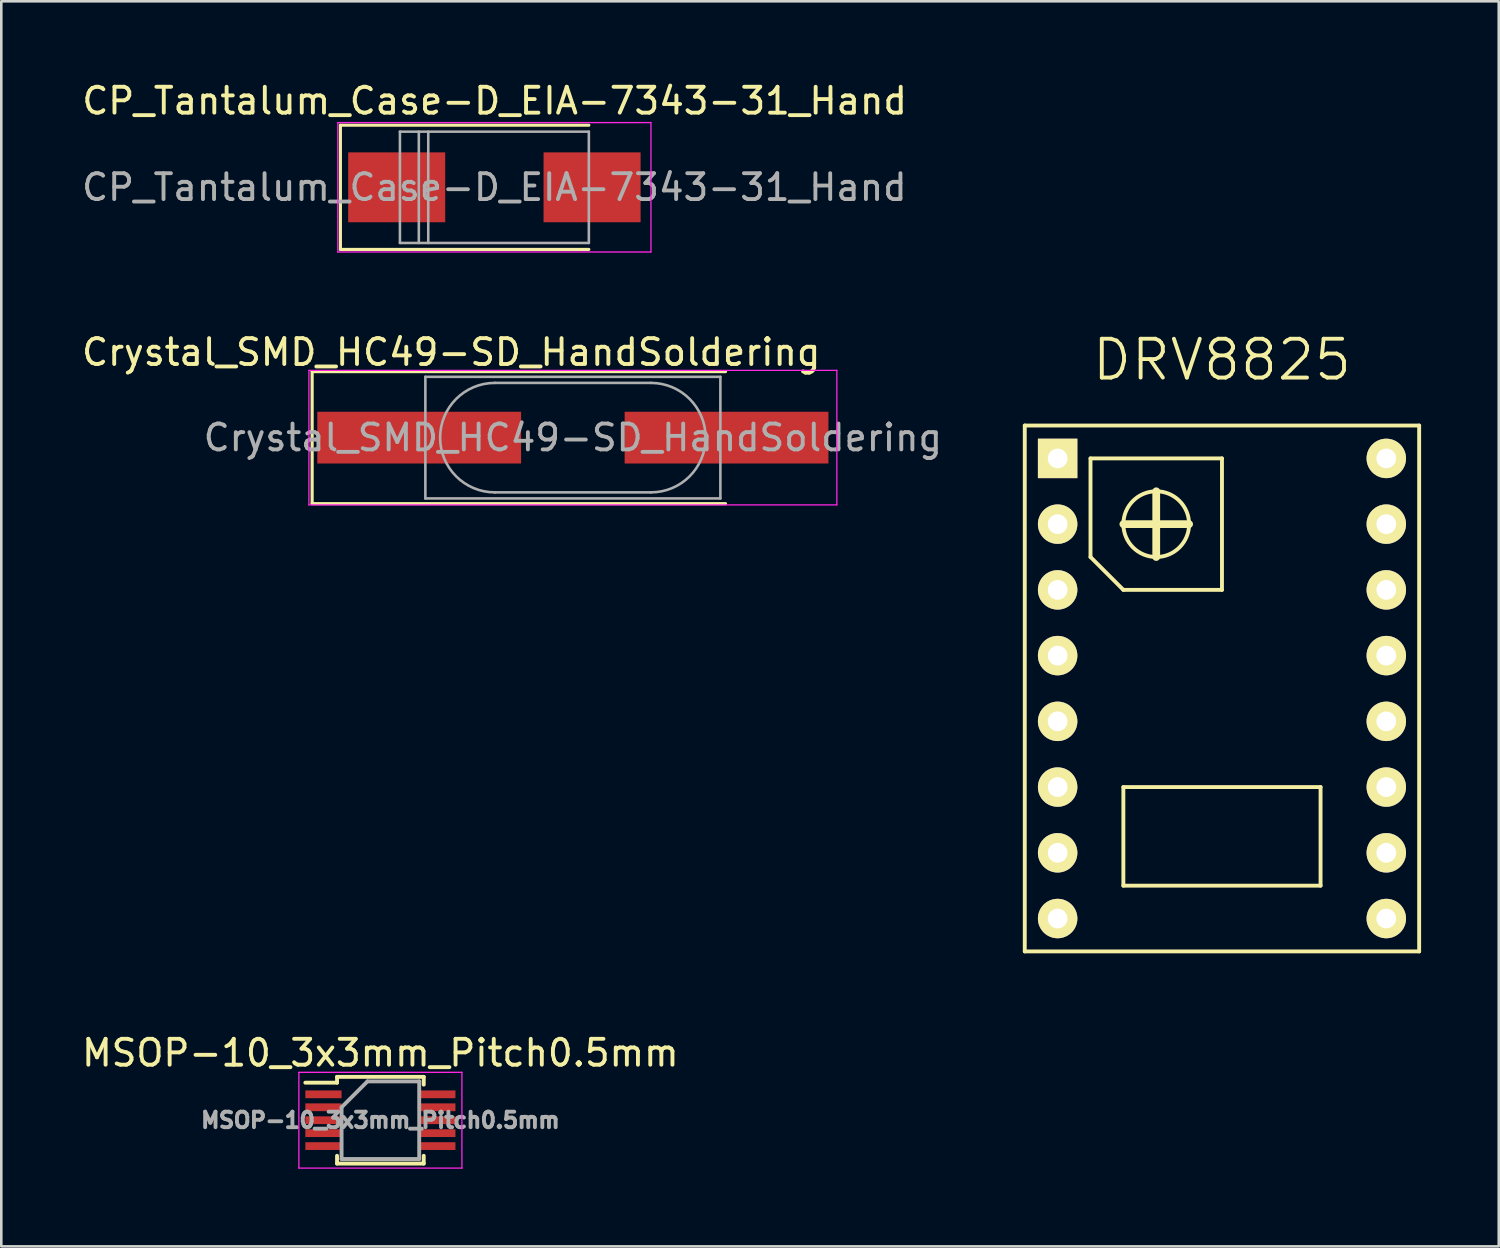
<source format=kicad_pcb>
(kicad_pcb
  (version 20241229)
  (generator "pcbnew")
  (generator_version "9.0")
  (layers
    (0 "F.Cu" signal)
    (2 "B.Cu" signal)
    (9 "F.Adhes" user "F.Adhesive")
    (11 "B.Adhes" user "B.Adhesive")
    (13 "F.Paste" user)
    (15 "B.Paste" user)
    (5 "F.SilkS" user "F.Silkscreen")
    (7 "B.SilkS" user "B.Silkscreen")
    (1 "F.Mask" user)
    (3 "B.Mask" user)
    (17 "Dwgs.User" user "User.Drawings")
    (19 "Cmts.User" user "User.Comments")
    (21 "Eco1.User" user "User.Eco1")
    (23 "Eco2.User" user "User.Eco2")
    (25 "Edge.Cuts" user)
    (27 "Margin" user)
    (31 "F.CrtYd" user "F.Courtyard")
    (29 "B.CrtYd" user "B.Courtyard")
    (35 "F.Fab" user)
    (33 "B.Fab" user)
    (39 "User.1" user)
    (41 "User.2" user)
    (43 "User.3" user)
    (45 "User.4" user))
  (footprint "MSOP-10_3x3mm_Pitch0.5mm"
    (layer "F.Cu")
    (at 11.649 40.237)
    (property "Reference" "MSOP-10_3x3mm_Pitch0.5mm" (at 0 -2.6 0) (layer "F.SilkS") (effects (font (size 1 1) (thickness 0.15))))
    (attr smd)
    (fp_line (start -1.675 -1.675) (end -1.675 -1.45) (stroke (width 0.15) (type solid)) (layer "F.SilkS"))
    (fp_line (start -1.675 -1.675) (end 1.675 -1.675) (stroke (width 0.15) (type solid)) (layer "F.SilkS"))
    (fp_line (start -1.675 -1.45) (end -2.9 -1.45) (stroke (width 0.15) (type solid)) (layer "F.SilkS"))
    (fp_line (start -1.675 1.675) (end -1.675 1.375) (stroke (width 0.15) (type solid)) (layer "F.SilkS"))
    (fp_line (start -1.675 1.675) (end 1.675 1.675) (stroke (width 0.15) (type solid)) (layer "F.SilkS"))
    (fp_line (start 1.675 -1.675) (end 1.675 -1.375) (stroke (width 0.15) (type solid)) (layer "F.SilkS"))
    (fp_line (start 1.675 1.675) (end 1.675 1.375) (stroke (width 0.15) (type solid)) (layer "F.SilkS"))
    (fp_line (start -3.15 -1.85) (end -3.15 1.85) (stroke (width 0.05) (type solid)) (layer "F.CrtYd"))
    (fp_line (start -3.15 -1.85) (end 3.15 -1.85) (stroke (width 0.05) (type solid)) (layer "F.CrtYd"))
    (fp_line (start -3.15 1.85) (end 3.15 1.85) (stroke (width 0.05) (type solid)) (layer "F.CrtYd"))
    (fp_line (start 3.15 -1.85) (end 3.15 1.85) (stroke (width 0.05) (type solid)) (layer "F.CrtYd"))
    (fp_line (start -1.5 -0.5) (end -0.5 -1.5) (stroke (width 0.15) (type solid)) (layer "F.Fab"))
    (fp_line (start -1.5 1.5) (end -1.5 -0.5) (stroke (width 0.15) (type solid)) (layer "F.Fab"))
    (fp_line (start -0.5 -1.5) (end 1.5 -1.5) (stroke (width 0.15) (type solid)) (layer "F.Fab"))
    (fp_line (start 1.5 -1.5) (end 1.5 1.5) (stroke (width 0.15) (type solid)) (layer "F.Fab"))
    (fp_line (start 1.5 1.5) (end -1.5 1.5) (stroke (width 0.15) (type solid)) (layer "F.Fab"))
    (fp_text user "${REFERENCE}" (at 0 0 0) (layer "F.Fab") (effects (font (size 0.6 0.6) (thickness 0.15))))
    (pad "1" smd rect (at -2.2 -1) (size 1.4 0.3) (layers "F.Cu" "F.Mask" "F.Paste"))
    (pad "2" smd rect (at -2.2 -0.5) (size 1.4 0.3) (layers "F.Cu" "F.Mask" "F.Paste"))
    (pad "3" smd rect (at -2.2 0) (size 1.4 0.3) (layers "F.Cu" "F.Mask" "F.Paste"))
    (pad "4" smd rect (at -2.2 0.5) (size 1.4 0.3) (layers "F.Cu" "F.Mask" "F.Paste"))
    (pad "5" smd rect (at -2.2 1) (size 1.4 0.3) (layers "F.Cu" "F.Mask" "F.Paste"))
    (pad "6" smd rect (at 2.2 1) (size 1.4 0.3) (layers "F.Cu" "F.Mask" "F.Paste"))
    (pad "7" smd rect (at 2.2 0.5) (size 1.4 0.3) (layers "F.Cu" "F.Mask" "F.Paste"))
    (pad "8" smd rect (at 2.2 0) (size 1.4 0.3) (layers "F.Cu" "F.Mask" "F.Paste"))
    (pad "9" smd rect (at 2.2 -0.5) (size 1.4 0.3) (layers "F.Cu" "F.Mask" "F.Paste"))
    (pad "10" smd rect (at 2.2 -1) (size 1.4 0.3) (layers "F.Cu" "F.Mask" "F.Paste")))
  (footprint "CP_Tantalum_Case-D_EIA-7343-31_Hand"
    (layer "F.Cu")
    (at 16.054 4.188)
    (property "Reference" "CP_Tantalum_Case-D_EIA-7343-31_Hand" (at 0.01 -3.34 0) (layer "F.SilkS") (effects (font (size 1 1) (thickness 0.15))))
    (attr smd)
    (fp_line (start -5.95 -2.4) (end -5.95 2.4) (stroke (width 0.12) (type solid)) (layer "F.SilkS"))
    (fp_line (start -5.95 -2.4) (end 3.65 -2.4) (stroke (width 0.12) (type solid)) (layer "F.SilkS"))
    (fp_line (start -5.95 2.4) (end 3.65 2.4) (stroke (width 0.12) (type solid)) (layer "F.SilkS"))
    (fp_line (start -6.05 -2.5) (end -6.05 2.5) (stroke (width 0.05) (type solid)) (layer "F.CrtYd"))
    (fp_line (start -6.05 2.5) (end 6.05 2.5) (stroke (width 0.05) (type solid)) (layer "F.CrtYd"))
    (fp_line (start 6.05 -2.5) (end -6.05 -2.5) (stroke (width 0.05) (type solid)) (layer "F.CrtYd"))
    (fp_line (start 6.05 2.5) (end 6.05 -2.5) (stroke (width 0.05) (type solid)) (layer "F.CrtYd"))
    (fp_line (start -3.65 -2.15) (end -3.65 2.15) (stroke (width 0.1) (type solid)) (layer "F.Fab"))
    (fp_line (start -3.65 2.15) (end 3.65 2.15) (stroke (width 0.1) (type solid)) (layer "F.Fab"))
    (fp_line (start -2.92 -2.15) (end -2.92 2.15) (stroke (width 0.1) (type solid)) (layer "F.Fab"))
    (fp_line (start -2.555 -2.15) (end -2.555 2.15) (stroke (width 0.1) (type solid)) (layer "F.Fab"))
    (fp_line (start 3.65 -2.15) (end -3.65 -2.15) (stroke (width 0.1) (type solid)) (layer "F.Fab"))
    (fp_line (start 3.65 2.15) (end 3.65 -2.15) (stroke (width 0.1) (type solid)) (layer "F.Fab"))
    (fp_text user "${REFERENCE}" (at 0 0 0) (layer "F.Fab") (effects (font (size 1 1) (thickness 0.15))))
    (pad "1" smd rect (at -3.775 0) (size 3.75 2.7) (layers "F.Cu" "F.Mask" "F.Paste"))
    (pad "2" smd rect (at 3.775 0) (size 3.75 2.7) (layers "F.Cu" "F.Mask" "F.Paste")))
  (footprint "Crystal_SMD_HC49-SD_HandSoldering"
    (layer "F.Cu")
    (at 19.087 13.861)
    (property "Reference" "Crystal_SMD_HC49-SD_HandSoldering" (at -4.7 -3.3 0) (layer "F.SilkS") (effects (font (size 1 1) (thickness 0.15))))
    (attr smd)
    (fp_line (start -10.075 -2.55) (end -10.075 2.55) (stroke (width 0.12) (type solid)) (layer "F.SilkS"))
    (fp_line (start -10.075 2.55) (end 5.9 2.55) (stroke (width 0.12) (type solid)) (layer "F.SilkS"))
    (fp_line (start 5.9 -2.55) (end -10.075 -2.55) (stroke (width 0.12) (type solid)) (layer "F.SilkS"))
    (fp_line (start -10.2 -2.6) (end -10.2 2.6) (stroke (width 0.05) (type solid)) (layer "F.CrtYd"))
    (fp_line (start -10.2 2.6) (end 10.2 2.6) (stroke (width 0.05) (type solid)) (layer "F.CrtYd"))
    (fp_line (start 10.2 -2.6) (end -10.2 -2.6) (stroke (width 0.05) (type solid)) (layer "F.CrtYd"))
    (fp_line (start 10.2 2.6) (end 10.2 -2.6) (stroke (width 0.05) (type solid)) (layer "F.CrtYd"))
    (fp_line (start -5.7 -2.35) (end -5.7 2.35) (stroke (width 0.1) (type solid)) (layer "F.Fab"))
    (fp_line (start -5.7 2.35) (end 5.7 2.35) (stroke (width 0.1) (type solid)) (layer "F.Fab"))
    (fp_line (start -3.015 -2.115) (end 3.015 -2.115) (stroke (width 0.1) (type solid)) (layer "F.Fab"))
    (fp_line (start -3.015 2.115) (end 3.015 2.115) (stroke (width 0.1) (type solid)) (layer "F.Fab"))
    (fp_line (start 5.7 -2.35) (end -5.7 -2.35) (stroke (width 0.1) (type solid)) (layer "F.Fab"))
    (fp_line (start 5.7 2.35) (end 5.7 -2.35) (stroke (width 0.1) (type solid)) (layer "F.Fab"))
    (fp_arc (start -3.015 2.115) (mid -5.13 0) (end -3.015 -2.115) (stroke (width 0.1) (type solid)) (layer "F.Fab"))
    (fp_arc (start 3.015 -2.115) (mid 5.13 0) (end 3.015 2.115) (stroke (width 0.1) (type solid)) (layer "F.Fab"))
    (fp_text user "${REFERENCE}" (at 0 0 0) (layer "F.Fab") (effects (font (size 1 1) (thickness 0.15))))
    (pad "1" smd rect (at -5.938 0) (size 7.875 2) (layers "F.Cu" "F.Mask" "F.Paste"))
    (pad "2" smd rect (at 5.938 0) (size 7.875 2) (layers "F.Cu" "F.Mask" "F.Paste")))
  (footprint "DRV8825"
    (layer "F.Cu")
    (at 45.439 24.824)
    (property "Reference" "DRV8825" (at -1.27 -13.97 0) (layer "F.SilkS") (effects (font (size 1.5 1.5) (thickness 0.15))))
    (attr through_hole)
    (fp_line (start -8.89 -11.43) (end 6.35 -11.43) (stroke (width 0.15) (type solid)) (layer "F.SilkS"))
    (fp_line (start -8.89 8.89) (end -8.89 -11.43) (stroke (width 0.15) (type solid)) (layer "F.SilkS"))
    (fp_line (start -6.35 -10.16) (end -1.27 -10.16) (stroke (width 0.15) (type solid)) (layer "F.SilkS"))
    (fp_line (start -6.35 -6.35) (end -6.35 -10.16) (stroke (width 0.15) (type solid)) (layer "F.SilkS"))
    (fp_line (start -5.08 -7.62) (end -2.54 -7.62) (stroke (width 0.3) (type solid)) (layer "F.SilkS"))
    (fp_line (start -5.08 -5.08) (end -6.35 -6.35) (stroke (width 0.15) (type solid)) (layer "F.SilkS"))
    (fp_line (start -5.08 2.54) (end 2.54 2.54) (stroke (width 0.15) (type solid)) (layer "F.SilkS"))
    (fp_line (start -5.08 6.35) (end -5.08 2.54) (stroke (width 0.15) (type solid)) (layer "F.SilkS"))
    (fp_line (start -3.81 -8.89) (end -3.81 -6.35) (stroke (width 0.3) (type solid)) (layer "F.SilkS"))
    (fp_line (start -1.27 -10.16) (end -1.27 -5.08) (stroke (width 0.15) (type solid)) (layer "F.SilkS"))
    (fp_line (start -1.27 -5.08) (end -5.08 -5.08) (stroke (width 0.15) (type solid)) (layer "F.SilkS"))
    (fp_line (start 2.54 2.54) (end 2.54 6.35) (stroke (width 0.15) (type solid)) (layer "F.SilkS"))
    (fp_line (start 2.54 6.35) (end -5.08 6.35) (stroke (width 0.15) (type solid)) (layer "F.SilkS"))
    (fp_line (start 6.35 -11.43) (end 6.35 8.89) (stroke (width 0.15) (type solid)) (layer "F.SilkS"))
    (fp_line (start 6.35 8.89) (end -8.89 8.89) (stroke (width 0.15) (type solid)) (layer "F.SilkS"))
    (fp_circle (center -3.81 -7.62) (end -2.54 -7.62) (stroke (width 0.15) (type solid)) (fill no) (layer "F.SilkS"))
    (pad "1" thru_hole rect (at -7.62 -10.16) (size 1.524 1.524) (drill 0.762) (layers "*.Cu" "*.Mask" "F.SilkS"))
    (pad "2" thru_hole circle (at -7.62 -7.62) (size 1.524 1.524) (drill 0.762) (layers "*.Cu" "*.Mask" "F.SilkS"))
    (pad "3" thru_hole circle (at -7.62 -5.08) (size 1.524 1.524) (drill 0.762) (layers "*.Cu" "*.Mask" "F.SilkS"))
    (pad "4" thru_hole circle (at -7.62 -2.54) (size 1.524 1.524) (drill 0.762) (layers "*.Cu" "*.Mask" "F.SilkS"))
    (pad "5" thru_hole circle (at -7.62 0) (size 1.524 1.524) (drill 0.762) (layers "*.Cu" "*.Mask" "F.SilkS"))
    (pad "6" thru_hole circle (at -7.62 2.54) (size 1.524 1.524) (drill 0.762) (layers "*.Cu" "*.Mask" "F.SilkS"))
    (pad "7" thru_hole circle (at -7.62 5.08) (size 1.524 1.524) (drill 0.762) (layers "*.Cu" "*.Mask" "F.SilkS"))
    (pad "8" thru_hole circle (at -7.62 7.62) (size 1.524 1.524) (drill 0.762) (layers "*.Cu" "*.Mask" "F.SilkS"))
    (pad "9" thru_hole circle (at 5.08 7.62) (size 1.524 1.524) (drill 0.762) (layers "*.Cu" "*.Mask" "F.SilkS"))
    (pad "10" thru_hole circle (at 5.08 5.08) (size 1.524 1.524) (drill 0.762) (layers "*.Cu" "*.Mask" "F.SilkS"))
    (pad "11" thru_hole circle (at 5.08 2.54) (size 1.524 1.524) (drill 0.762) (layers "*.Cu" "*.Mask" "F.SilkS"))
    (pad "12" thru_hole circle (at 5.08 0) (size 1.524 1.524) (drill 0.762) (layers "*.Cu" "*.Mask" "F.SilkS"))
    (pad "13" thru_hole circle (at 5.08 -2.54) (size 1.524 1.524) (drill 0.762) (layers "*.Cu" "*.Mask" "F.SilkS"))
    (pad "14" thru_hole circle (at 5.08 -5.08) (size 1.524 1.524) (drill 0.762) (layers "*.Cu" "*.Mask" "F.SilkS"))
    (pad "15" thru_hole circle (at 5.08 -7.62) (size 1.524 1.524) (drill 0.762) (layers "*.Cu" "*.Mask" "F.SilkS"))
    (pad "16" thru_hole circle (at 5.08 -10.16) (size 1.524 1.524) (drill 0.762) (layers "*.Cu" "*.Mask" "F.SilkS")))
  (gr_rect
    (start -3 -3)
    (end 54.864 45.112)
    (stroke (width 0.1) (type default))
    (fill no)
    (layer "Edge.Cuts")))
</source>
